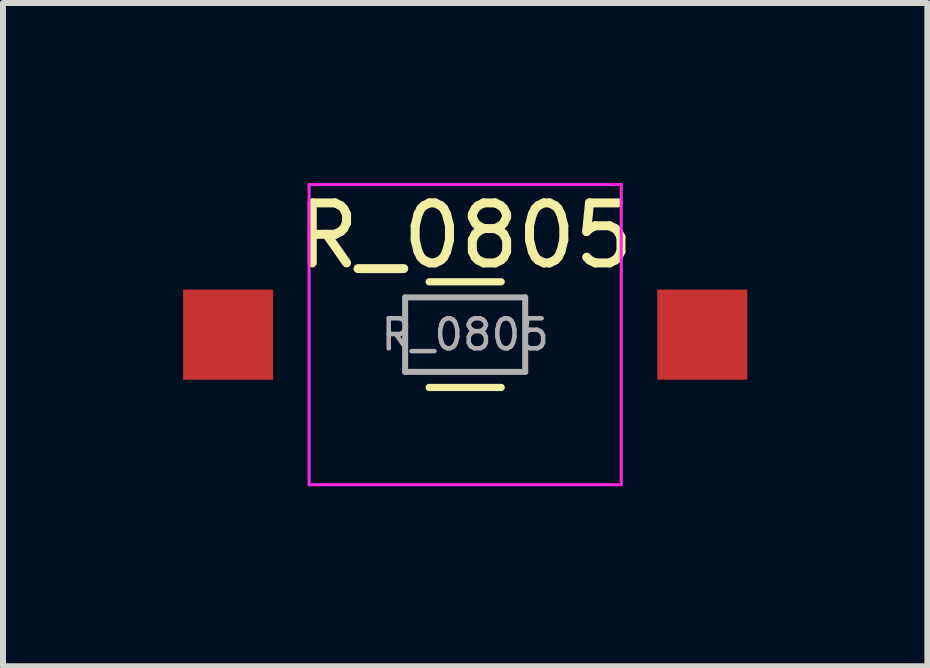
<source format=kicad_pcb>
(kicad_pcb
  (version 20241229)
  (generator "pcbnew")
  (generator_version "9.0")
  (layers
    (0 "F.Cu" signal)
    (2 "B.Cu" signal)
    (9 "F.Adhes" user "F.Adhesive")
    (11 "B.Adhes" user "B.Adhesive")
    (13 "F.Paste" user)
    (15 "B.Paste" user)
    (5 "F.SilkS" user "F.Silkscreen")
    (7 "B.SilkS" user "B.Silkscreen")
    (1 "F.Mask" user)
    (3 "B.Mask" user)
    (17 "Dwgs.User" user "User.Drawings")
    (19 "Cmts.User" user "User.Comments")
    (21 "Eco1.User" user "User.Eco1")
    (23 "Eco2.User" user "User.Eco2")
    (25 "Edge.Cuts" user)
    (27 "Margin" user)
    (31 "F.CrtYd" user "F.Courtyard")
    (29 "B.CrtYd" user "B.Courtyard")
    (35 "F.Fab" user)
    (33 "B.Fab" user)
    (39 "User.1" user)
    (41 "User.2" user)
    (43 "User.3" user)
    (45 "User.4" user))
  (footprint "R_0805"
    (layer "F.Cu")
    (at 4.7 2.525)
    (property "Reference" "R_0805" (at 0 -1.65 0) (layer "F.SilkS") (effects (font (size 1 1) (thickness 0.15))))
    (attr smd)
    (fp_line (start -0.6 -0.88) (end 0.6 -0.88) (stroke (width 0.12) (type solid)) (layer "F.SilkS"))
    (fp_line (start 0.6 0.88) (end -0.6 0.88) (stroke (width 0.12) (type solid)) (layer "F.SilkS"))
    (fp_line (start -2.6 -2.5) (end -2.6 2.5) (stroke (width 0.05) (type solid)) (layer "F.CrtYd"))
    (fp_line (start -2.6 -2.5) (end 2.6 -2.5) (stroke (width 0.05) (type solid)) (layer "F.CrtYd"))
    (fp_line (start -2.6 2.5) (end 2.6 2.5) (stroke (width 0.05) (type solid)) (layer "F.CrtYd"))
    (fp_line (start 2.6 -2.5) (end 2.6 2.5) (stroke (width 0.05) (type solid)) (layer "F.CrtYd"))
    (fp_line (start -1 -0.62) (end 1 -0.62) (stroke (width 0.1) (type solid)) (layer "F.Fab"))
    (fp_line (start -1 0.62) (end -1 -0.62) (stroke (width 0.1) (type solid)) (layer "F.Fab"))
    (fp_line (start 1 -0.62) (end 1 0.62) (stroke (width 0.1) (type solid)) (layer "F.Fab"))
    (fp_line (start 1 0.62) (end -1 0.62) (stroke (width 0.1) (type solid)) (layer "F.Fab"))
    (fp_text user "${REFERENCE}" (at 0 0 0) (layer "F.Fab") (effects (font (size 0.5 0.5) (thickness 0.075))))
    (pad "1" smd rect (at -3.95 0) (size 1.5 1.5) (layers "F.Cu" "F.Mask" "F.Paste"))
    (pad "2" smd rect (at 3.95 0) (size 1.5 1.5) (layers "F.Cu" "F.Mask" "F.Paste")))
  (gr_rect
    (start -3 -3)
    (end 12.4 8.05)
    (stroke (width 0.1) (type default))
    (fill no)
    (layer "Edge.Cuts")))
</source>
